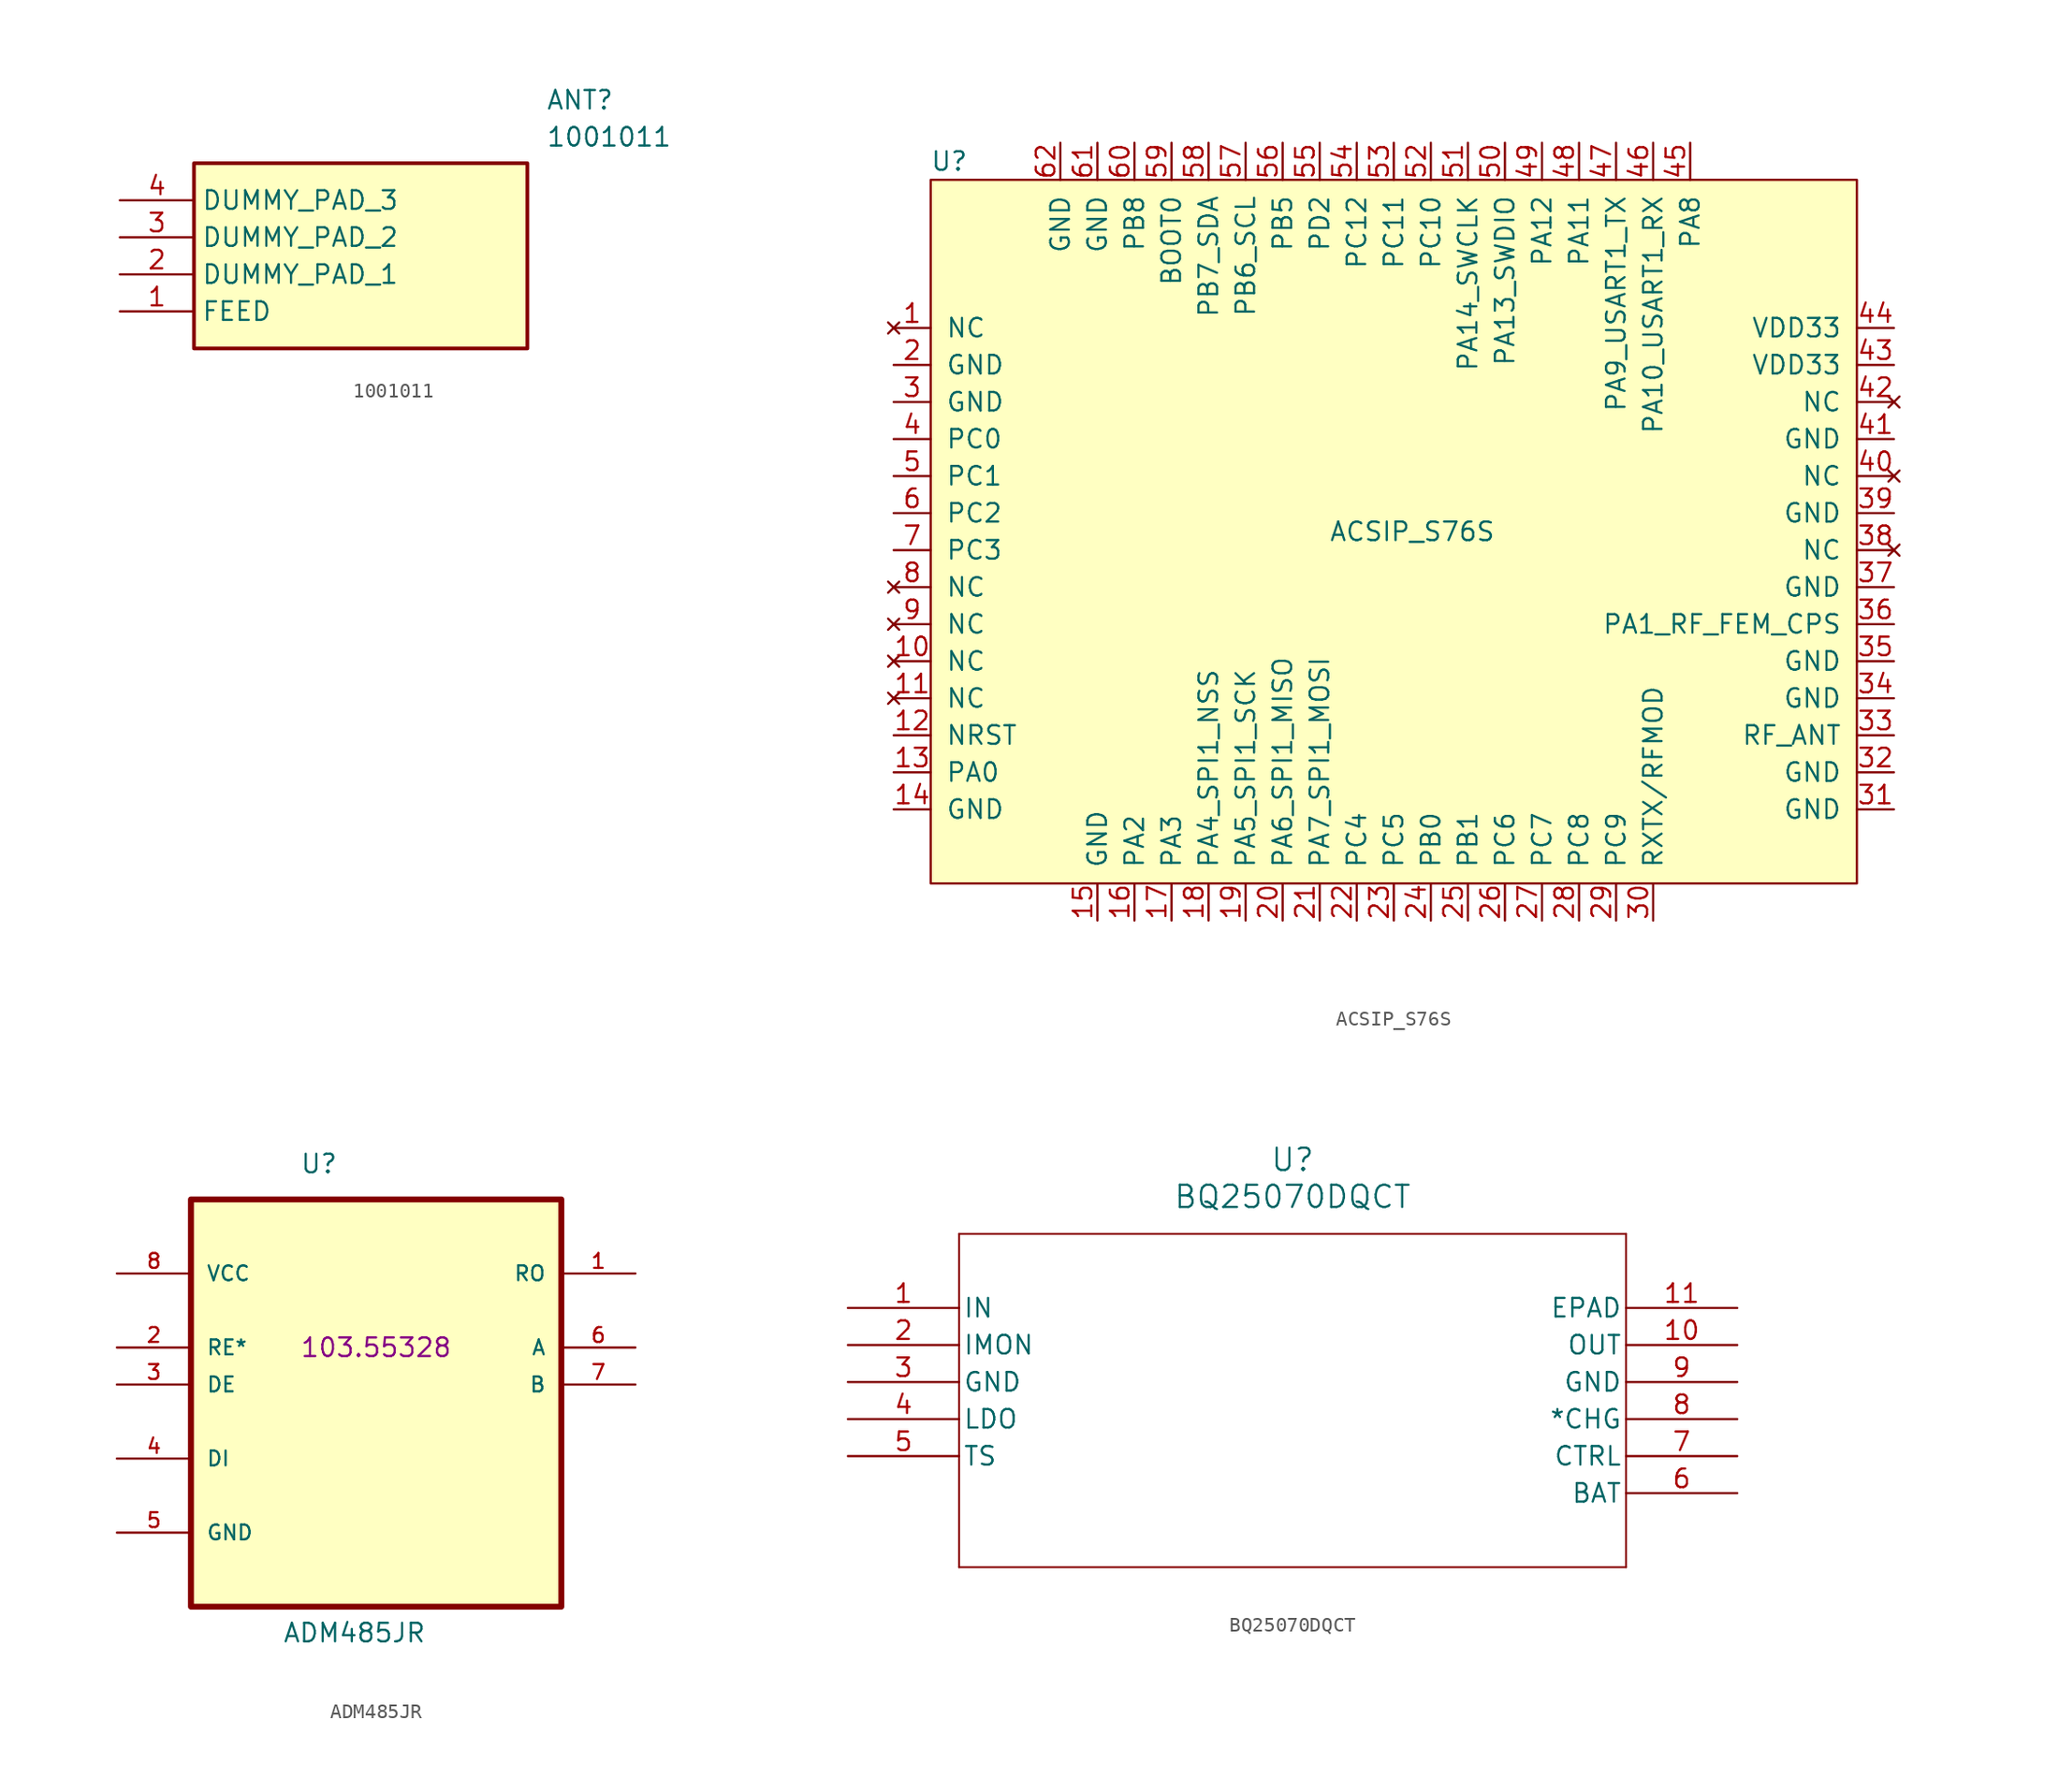
<source format=kicad_sym>
(kicad_symbol_lib
  (version 20220914)
  (generator kicad_symbol_editor)
  (symbol "1001011"
    (property "Reference" "ANT"
      (at 29.21 7.62 0)
      (effects (font (size 1.27 1.27)) (justify left top)))
    (property "Value" "1001011"
      (at 29.21 5.08 0)
      (effects (font (size 1.27 1.27)) (justify left top)))
    (symbol "1001011_1_1"
      (rectangle (start 5.08 2.54) (end 27.94 -10.16) (stroke (width 0.254) (type default)) (fill (type background)))
      (pin passive line (at 0 -7.62 0) (length 5.08) (name "FEED" (effects (font (size 1.27 1.27)))) (number "1" (effects (font (size 1.27 1.27)))))
      (pin passive line (at 0 -5.08 0) (length 5.08) (name "DUMMY_PAD_1" (effects (font (size 1.27 1.27)))) (number "2" (effects (font (size 1.27 1.27)))))
      (pin passive line (at 0 -2.54 0) (length 5.08) (name "DUMMY_PAD_2" (effects (font (size 1.27 1.27)))) (number "3" (effects (font (size 1.27 1.27)))))
      (pin passive line (at 0 0 0) (length 5.08) (name "DUMMY_PAD_3" (effects (font (size 1.27 1.27)))) (number "4" (effects (font (size 1.27 1.27)))))))
  (symbol "ACSIP_S76S"
    (pin_names
      (offset 1.016))
    (property "Reference" "U"
      (at 1.27 49.53 0)
      (effects (font (size 1.27 1.27))))
    (property "Value" "ACSIP_S76S"
      (at 33.02 24.13 0)
      (effects (font (size 1.27 1.27))))
    (symbol "ACSIP_S76S_0_1"
      (rectangle (start 0 0) (end 63.5 48.26) (stroke (width 0) (type solid)) (fill (type background))))
    (symbol "ACSIP_S76S_1_1"
      (pin no_connect line (at -2.54 38.1 0) (length 2.54) (name "NC" (effects (font (size 1.27 1.27)))) (number "1" (effects (font (size 1.27 1.27)))))
      (pin no_connect line (at -2.54 15.24 0) (length 2.54) (name "NC" (effects (font (size 1.27 1.27)))) (number "10" (effects (font (size 1.27 1.27)))))
      (pin no_connect line (at -2.54 12.7 0) (length 2.54) (name "NC" (effects (font (size 1.27 1.27)))) (number "11" (effects (font (size 1.27 1.27)))))
      (pin input line (at -2.54 10.16 0) (length 2.54) (name "NRST" (effects (font (size 1.27 1.27)))) (number "12" (effects (font (size 1.27 1.27)))))
      (pin bidirectional line (at -2.54 7.62 0) (length 2.54) (name "PA0" (effects (font (size 1.27 1.27)))) (number "13" (effects (font (size 1.27 1.27)))))
      (pin passive line (at -2.54 5.08 0) (length 2.54) (name "GND" (effects (font (size 1.27 1.27)))) (number "14" (effects (font (size 1.27 1.27)))))
      (pin passive line (at 11.43 -2.54 90) (length 2.54) (name "GND" (effects (font (size 1.27 1.27)))) (number "15" (effects (font (size 1.27 1.27)))))
      (pin bidirectional line (at 13.97 -2.54 90) (length 2.54) (name "PA2" (effects (font (size 1.27 1.27)))) (number "16" (effects (font (size 1.27 1.27)))))
      (pin bidirectional line (at 16.51 -2.54 90) (length 2.54) (name "PA3" (effects (font (size 1.27 1.27)))) (number "17" (effects (font (size 1.27 1.27)))))
      (pin bidirectional line (at 19.05 -2.54 90) (length 2.54) (name "PA4_SPI1_NSS" (effects (font (size 1.27 1.27)))) (number "18" (effects (font (size 1.27 1.27)))))
      (pin bidirectional line (at 21.59 -2.54 90) (length 2.54) (name "PA5_SPI1_SCK" (effects (font (size 1.27 1.27)))) (number "19" (effects (font (size 1.27 1.27)))))
      (pin passive line (at -2.54 35.56 0) (length 2.54) (name "GND" (effects (font (size 1.27 1.27)))) (number "2" (effects (font (size 1.27 1.27)))))
      (pin bidirectional line (at 24.13 -2.54 90) (length 2.54) (name "PA6_SPI1_MISO" (effects (font (size 1.27 1.27)))) (number "20" (effects (font (size 1.27 1.27)))))
      (pin bidirectional line (at 26.67 -2.54 90) (length 2.54) (name "PA7_SPI1_MOSI" (effects (font (size 1.27 1.27)))) (number "21" (effects (font (size 1.27 1.27)))))
      (pin bidirectional line (at 29.21 -2.54 90) (length 2.54) (name "PC4" (effects (font (size 1.27 1.27)))) (number "22" (effects (font (size 1.27 1.27)))))
      (pin bidirectional line (at 31.75 -2.54 90) (length 2.54) (name "PC5" (effects (font (size 1.27 1.27)))) (number "23" (effects (font (size 1.27 1.27)))))
      (pin bidirectional line (at 34.29 -2.54 90) (length 2.54) (name "PB0" (effects (font (size 1.27 1.27)))) (number "24" (effects (font (size 1.27 1.27)))))
      (pin bidirectional line (at 36.83 -2.54 90) (length 2.54) (name "PB1" (effects (font (size 1.27 1.27)))) (number "25" (effects (font (size 1.27 1.27)))))
      (pin bidirectional line (at 39.37 -2.54 90) (length 2.54) (name "PC6" (effects (font (size 1.27 1.27)))) (number "26" (effects (font (size 1.27 1.27)))))
      (pin bidirectional line (at 41.91 -2.54 90) (length 2.54) (name "PC7" (effects (font (size 1.27 1.27)))) (number "27" (effects (font (size 1.27 1.27)))))
      (pin bidirectional line (at 44.45 -2.54 90) (length 2.54) (name "PC8" (effects (font (size 1.27 1.27)))) (number "28" (effects (font (size 1.27 1.27)))))
      (pin bidirectional line (at 46.99 -2.54 90) (length 2.54) (name "PC9" (effects (font (size 1.27 1.27)))) (number "29" (effects (font (size 1.27 1.27)))))
      (pin passive line (at -2.54 33.02 0) (length 2.54) (name "GND" (effects (font (size 1.27 1.27)))) (number "3" (effects (font (size 1.27 1.27)))))
      (pin output line (at 49.53 -2.54 90) (length 2.54) (name "RXTX/RFMOD" (effects (font (size 1.27 1.27)))) (number "30" (effects (font (size 1.27 1.27)))))
      (pin passive line (at 66.04 5.08 180) (length 2.54) (name "GND" (effects (font (size 1.27 1.27)))) (number "31" (effects (font (size 1.27 1.27)))))
      (pin passive line (at 66.04 7.62 180) (length 2.54) (name "GND" (effects (font (size 1.27 1.27)))) (number "32" (effects (font (size 1.27 1.27)))))
      (pin bidirectional line (at 66.04 10.16 180) (length 2.54) (name "RF_ANT" (effects (font (size 1.27 1.27)))) (number "33" (effects (font (size 1.27 1.27)))))
      (pin passive line (at 66.04 12.7 180) (length 2.54) (name "GND" (effects (font (size 1.27 1.27)))) (number "34" (effects (font (size 1.27 1.27)))))
      (pin passive line (at 66.04 15.24 180) (length 2.54) (name "GND" (effects (font (size 1.27 1.27)))) (number "35" (effects (font (size 1.27 1.27)))))
      (pin output line (at 66.04 17.78 180) (length 2.54) (name "PA1_RF_FEM_CPS" (effects (font (size 1.27 1.27)))) (number "36" (effects (font (size 1.27 1.27)))))
      (pin passive line (at 66.04 20.32 180) (length 2.54) (name "GND" (effects (font (size 1.27 1.27)))) (number "37" (effects (font (size 1.27 1.27)))))
      (pin no_connect line (at 66.04 22.86 180) (length 2.54) (name "NC" (effects (font (size 1.27 1.27)))) (number "38" (effects (font (size 1.27 1.27)))))
      (pin passive line (at 66.04 25.4 180) (length 2.54) (name "GND" (effects (font (size 1.27 1.27)))) (number "39" (effects (font (size 1.27 1.27)))))
      (pin bidirectional line (at -2.54 30.48 0) (length 2.54) (name "PC0" (effects (font (size 1.27 1.27)))) (number "4" (effects (font (size 1.27 1.27)))))
      (pin no_connect line (at 66.04 27.94 180) (length 2.54) (name "NC" (effects (font (size 1.27 1.27)))) (number "40" (effects (font (size 1.27 1.27)))))
      (pin passive line (at 66.04 30.48 180) (length 2.54) (name "GND" (effects (font (size 1.27 1.27)))) (number "41" (effects (font (size 1.27 1.27)))))
      (pin no_connect line (at 66.04 33.02 180) (length 2.54) (name "NC" (effects (font (size 1.27 1.27)))) (number "42" (effects (font (size 1.27 1.27)))))
      (pin power_in line (at 66.04 35.56 180) (length 2.54) (name "VDD33" (effects (font (size 1.27 1.27)))) (number "43" (effects (font (size 1.27 1.27)))))
      (pin power_in line (at 66.04 38.1 180) (length 2.54) (name "VDD33" (effects (font (size 1.27 1.27)))) (number "44" (effects (font (size 1.27 1.27)))))
      (pin bidirectional line (at 52.07 50.8 270) (length 2.54) (name "PA8" (effects (font (size 1.27 1.27)))) (number "45" (effects (font (size 1.27 1.27)))))
      (pin bidirectional line (at 49.53 50.8 270) (length 2.54) (name "PA10_USART1_RX" (effects (font (size 1.27 1.27)))) (number "46" (effects (font (size 1.27 1.27)))))
      (pin bidirectional line (at 46.99 50.8 270) (length 2.54) (name "PA9_USART1_TX" (effects (font (size 1.27 1.27)))) (number "47" (effects (font (size 1.27 1.27)))))
      (pin bidirectional line (at 44.45 50.8 270) (length 2.54) (name "PA11" (effects (font (size 1.27 1.27)))) (number "48" (effects (font (size 1.27 1.27)))))
      (pin bidirectional line (at 41.91 50.8 270) (length 2.54) (name "PA12" (effects (font (size 1.27 1.27)))) (number "49" (effects (font (size 1.27 1.27)))))
      (pin bidirectional line (at -2.54 27.94 0) (length 2.54) (name "PC1" (effects (font (size 1.27 1.27)))) (number "5" (effects (font (size 1.27 1.27)))))
      (pin bidirectional line (at 39.37 50.8 270) (length 2.54) (name "PA13_SWDIO" (effects (font (size 1.27 1.27)))) (number "50" (effects (font (size 1.27 1.27)))))
      (pin bidirectional line (at 36.83 50.8 270) (length 2.54) (name "PA14_SWCLK" (effects (font (size 1.27 1.27)))) (number "51" (effects (font (size 1.27 1.27)))))
      (pin bidirectional line (at 34.29 50.8 270) (length 2.54) (name "PC10" (effects (font (size 1.27 1.27)))) (number "52" (effects (font (size 1.27 1.27)))))
      (pin bidirectional line (at 31.75 50.8 270) (length 2.54) (name "PC11" (effects (font (size 1.27 1.27)))) (number "53" (effects (font (size 1.27 1.27)))))
      (pin bidirectional line (at 29.21 50.8 270) (length 2.54) (name "PC12" (effects (font (size 1.27 1.27)))) (number "54" (effects (font (size 1.27 1.27)))))
      (pin bidirectional line (at 26.67 50.8 270) (length 2.54) (name "PD2" (effects (font (size 1.27 1.27)))) (number "55" (effects (font (size 1.27 1.27)))))
      (pin bidirectional line (at 24.13 50.8 270) (length 2.54) (name "PB5" (effects (font (size 1.27 1.27)))) (number "56" (effects (font (size 1.27 1.27)))))
      (pin bidirectional line (at 21.59 50.8 270) (length 2.54) (name "PB6_SCL" (effects (font (size 1.27 1.27)))) (number "57" (effects (font (size 1.27 1.27)))))
      (pin bidirectional line (at 19.05 50.8 270) (length 2.54) (name "PB7_SDA" (effects (font (size 1.27 1.27)))) (number "58" (effects (font (size 1.27 1.27)))))
      (pin bidirectional line (at 16.51 50.8 270) (length 2.54) (name "BOOT0" (effects (font (size 1.27 1.27)))) (number "59" (effects (font (size 1.27 1.27)))))
      (pin bidirectional line (at -2.54 25.4 0) (length 2.54) (name "PC2" (effects (font (size 1.27 1.27)))) (number "6" (effects (font (size 1.27 1.27)))))
      (pin bidirectional line (at 13.97 50.8 270) (length 2.54) (name "PB8" (effects (font (size 1.27 1.27)))) (number "60" (effects (font (size 1.27 1.27)))))
      (pin passive line (at 11.43 50.8 270) (length 2.54) (name "GND" (effects (font (size 1.27 1.27)))) (number "61" (effects (font (size 1.27 1.27)))))
      (pin passive line (at 8.89 50.8 270) (length 2.54) (name "GND" (effects (font (size 1.27 1.27)))) (number "62" (effects (font (size 1.27 1.27)))))
      (pin bidirectional line (at -2.54 22.86 0) (length 2.54) (name "PC3" (effects (font (size 1.27 1.27)))) (number "7" (effects (font (size 1.27 1.27)))))
      (pin no_connect line (at -2.54 20.32 0) (length 2.54) (name "NC" (effects (font (size 1.27 1.27)))) (number "8" (effects (font (size 1.27 1.27)))))
      (pin no_connect line (at -2.54 17.78 0) (length 2.54) (name "NC" (effects (font (size 1.27 1.27)))) (number "9" (effects (font (size 1.27 1.27)))))))
  (symbol "ADM485JR"
    (pin_names
      (offset 1.016))
    (property "Reference" "U"
      (at -5.232 11.862 0)
      (effects (font (size 1.27 1.27)) (justify left bottom)))
    (property "Value" "ADM485JR"
      (at -6.426 -20.32 0)
      (effects (font (size 1.27 1.27)) (justify left bottom)))
    (property "Price" "103.55328"
      (at 0 0 0)
      (effects (font (size 1.27 1.27))))
    (symbol "ADM485JR_0_0"
      (rectangle (start -12.7 -17.78) (end 12.7 10.16) (stroke (width 0.406) (type solid)) (fill (type background)))
      (pin output line (at 17.78 5.08 180) (length 5.08) (name "RO" (effects (font (size 1.016 1.016)))) (number "1" (effects (font (size 1.016 1.016)))))
      (pin input line (at -17.78 0 0) (length 5.08) (name "RE*" (effects (font (size 1.016 1.016)))) (number "2" (effects (font (size 1.016 1.016)))))
      (pin input line (at -17.78 -2.54 0) (length 5.08) (name "DE" (effects (font (size 1.016 1.016)))) (number "3" (effects (font (size 1.016 1.016)))))
      (pin input line (at -17.78 -7.62 0) (length 5.08) (name "DI" (effects (font (size 1.016 1.016)))) (number "4" (effects (font (size 1.016 1.016)))))
      (pin passive line (at -17.78 -12.7 0) (length 5.08) (name "GND" (effects (font (size 1.016 1.016)))) (number "5" (effects (font (size 1.016 1.016)))))
      (pin bidirectional line (at 17.78 0 180) (length 5.08) (name "A" (effects (font (size 1.016 1.016)))) (number "6" (effects (font (size 1.016 1.016)))))
      (pin bidirectional line (at 17.78 -2.54 180) (length 5.08) (name "B" (effects (font (size 1.016 1.016)))) (number "7" (effects (font (size 1.016 1.016)))))
      (pin power_in line (at -17.78 5.08 0) (length 5.08) (name "VCC" (effects (font (size 1.016 1.016)))) (number "8" (effects (font (size 1.016 1.016)))))))
  (symbol "BQ25070DQCT"
    (pin_names
      (offset 0.254))
    (property "Reference" "U"
      (at 30.48 10.16 0)
      (effects (font (size 1.524 1.524))))
    (property "Value" "BQ25070DQCT"
      (at 30.48 7.62 0)
      (effects (font (size 1.524 1.524))))
    (symbol "BQ25070DQCT_0_1"
      (polyline (pts (xy 7.62 -17.78) (xy 53.34 -17.78)) (stroke (width 0.127) (type default)) (fill (type none)))
      (polyline (pts (xy 7.62 5.08) (xy 7.62 -17.78)) (stroke (width 0.127) (type default)) (fill (type none)))
      (polyline (pts (xy 53.34 -17.78) (xy 53.34 5.08)) (stroke (width 0.127) (type default)) (fill (type none)))
      (polyline (pts (xy 53.34 5.08) (xy 7.62 5.08)) (stroke (width 0.127) (type default)) (fill (type none)))
      (pin input line (at 0 0 0) (length 7.62) (name "IN" (effects (font (size 1.27 1.27)))) (number "1" (effects (font (size 1.27 1.27)))))
      (pin output line (at 60.96 -2.54 180) (length 7.62) (name "OUT" (effects (font (size 1.27 1.27)))) (number "10" (effects (font (size 1.27 1.27)))))
      (pin power_in line (at 60.96 0 180) (length 7.62) (name "EPAD" (effects (font (size 1.27 1.27)))) (number "11" (effects (font (size 1.27 1.27)))))
      (pin output line (at 0 -2.54 0) (length 7.62) (name "IMON" (effects (font (size 1.27 1.27)))) (number "2" (effects (font (size 1.27 1.27)))))
      (pin power_in line (at 0 -5.08 0) (length 7.62) (name "GND" (effects (font (size 1.27 1.27)))) (number "3" (effects (font (size 1.27 1.27)))))
      (pin output line (at 0 -7.62 0) (length 7.62) (name "LDO" (effects (font (size 1.27 1.27)))) (number "4" (effects (font (size 1.27 1.27)))))
      (pin input line (at 0 -10.16 0) (length 7.62) (name "TS" (effects (font (size 1.27 1.27)))) (number "5" (effects (font (size 1.27 1.27)))))
      (pin output line (at 60.96 -12.7 180) (length 7.62) (name "BAT" (effects (font (size 1.27 1.27)))) (number "6" (effects (font (size 1.27 1.27)))))
      (pin input line (at 60.96 -10.16 180) (length 7.62) (name "CTRL" (effects (font (size 1.27 1.27)))) (number "7" (effects (font (size 1.27 1.27)))))
      (pin output line (at 60.96 -7.62 180) (length 7.62) (name "*CHG" (effects (font (size 1.27 1.27)))) (number "8" (effects (font (size 1.27 1.27)))))
      (pin power_in line (at 60.96 -5.08 180) (length 7.62) (name "GND" (effects (font (size 1.27 1.27)))) (number "9" (effects (font (size 1.27 1.27))))))))
</source>
